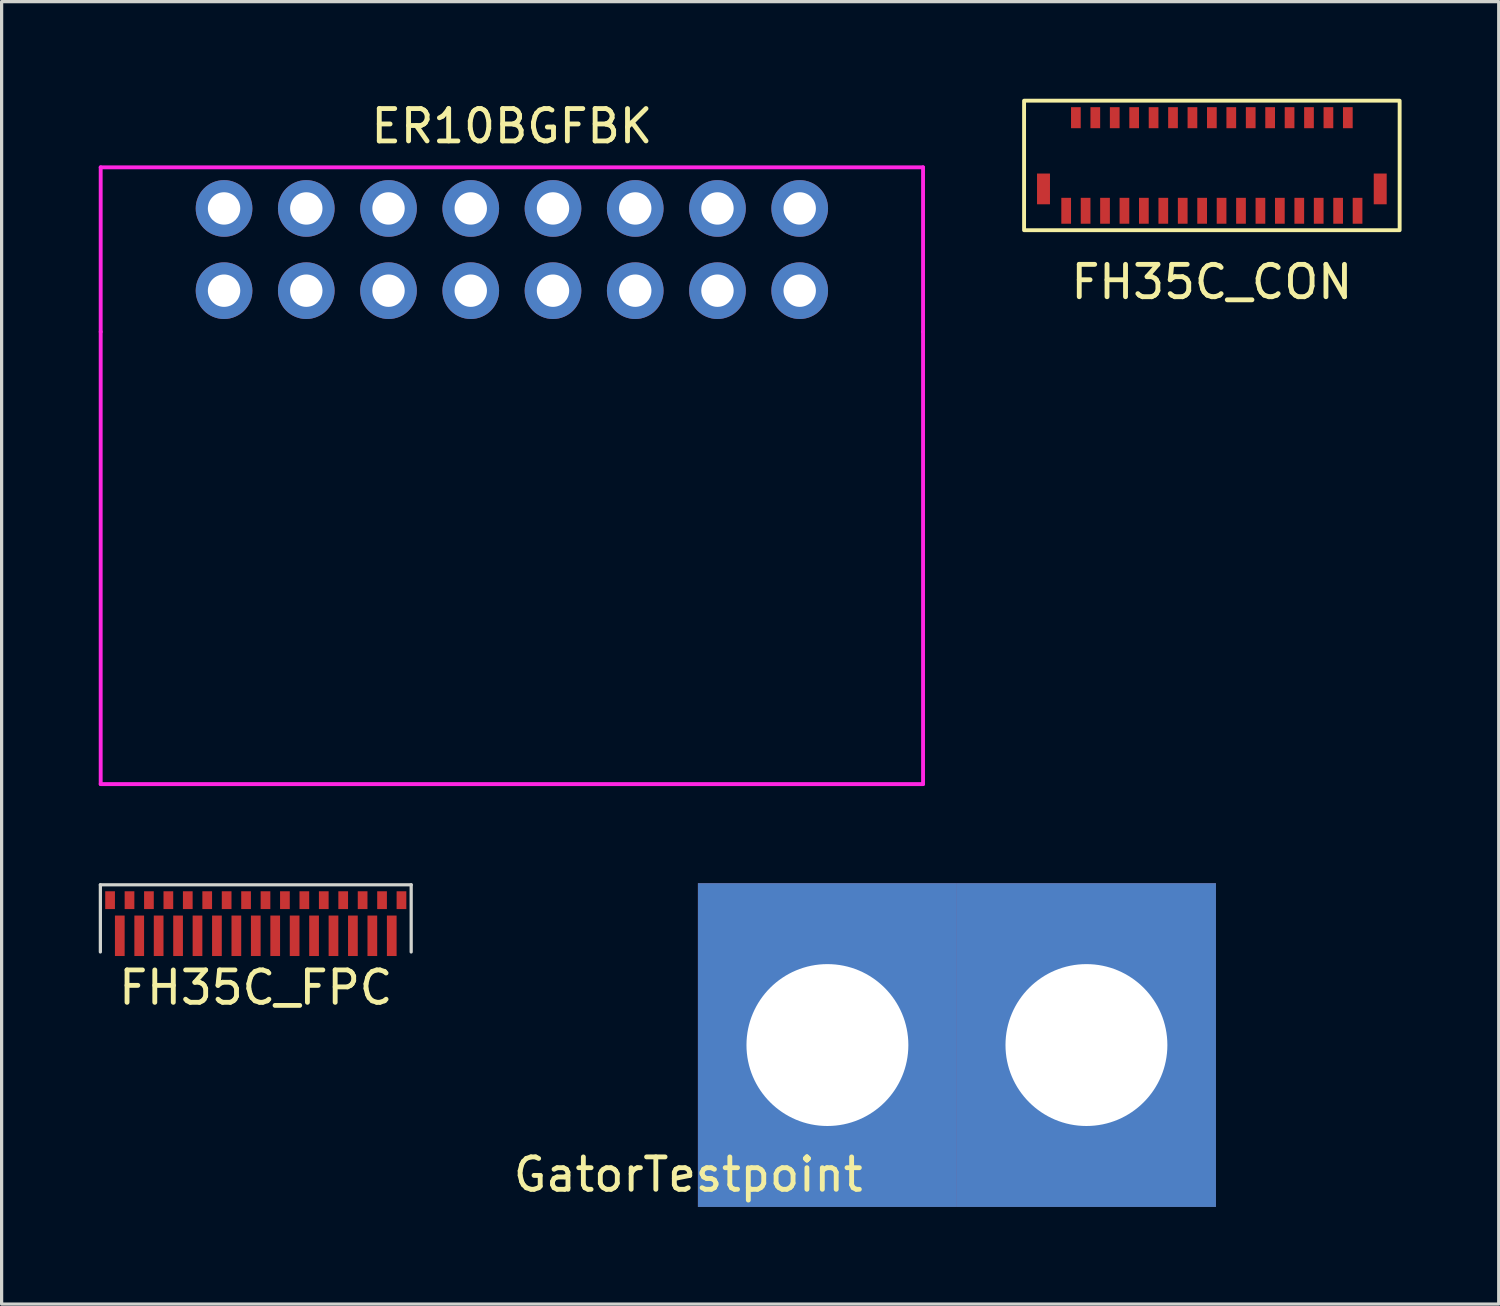
<source format=kicad_pcb>
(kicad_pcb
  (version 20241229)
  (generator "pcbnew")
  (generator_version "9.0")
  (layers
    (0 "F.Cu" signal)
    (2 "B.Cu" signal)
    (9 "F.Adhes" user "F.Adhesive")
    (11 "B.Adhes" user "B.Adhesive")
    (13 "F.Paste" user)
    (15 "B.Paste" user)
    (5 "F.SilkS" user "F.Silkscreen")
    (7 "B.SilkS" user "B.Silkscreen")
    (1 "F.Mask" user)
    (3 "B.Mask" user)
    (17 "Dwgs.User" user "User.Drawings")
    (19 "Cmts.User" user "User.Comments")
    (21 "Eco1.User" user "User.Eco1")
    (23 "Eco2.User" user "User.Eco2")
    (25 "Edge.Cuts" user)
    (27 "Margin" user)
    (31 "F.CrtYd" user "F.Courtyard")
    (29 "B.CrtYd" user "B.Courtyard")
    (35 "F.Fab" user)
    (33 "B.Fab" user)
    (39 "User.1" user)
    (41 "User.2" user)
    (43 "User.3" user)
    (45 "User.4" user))
  (footprint "FH35C_CON"
    (layer "F.Cu")
    (at 34.38 3.46)
    (property "Reference" "FH35C_CON" (at 0 2.2 0) (unlocked yes) (layer "F.SilkS") (effects (font (size 1 1) (thickness 0.15))))
    (attr smd)
    (fp_rect (start -5.8 0.6) (end 5.8 -3.4) (stroke (width 0.12) (type solid)) (fill no) (layer "F.SilkS"))
    (pad "1" smd rect (at -4.5 0) (size 0.3 0.8) (layers "F.Cu" "F.Mask" "F.Paste"))
    (pad "2" smd rect (at -4.2 -2.875) (size 0.3 0.65) (layers "F.Cu" "F.Mask" "F.Paste"))
    (pad "3" smd rect (at -3.9 0) (size 0.3 0.8) (layers "F.Cu" "F.Mask" "F.Paste"))
    (pad "4" smd rect (at -3.6 -2.875) (size 0.3 0.65) (layers "F.Cu" "F.Mask" "F.Paste"))
    (pad "5" smd rect (at -3.3 0) (size 0.3 0.8) (layers "F.Cu" "F.Mask" "F.Paste"))
    (pad "6" smd rect (at -3 -2.875) (size 0.3 0.65) (layers "F.Cu" "F.Mask" "F.Paste"))
    (pad "7" smd rect (at -2.7 0) (size 0.3 0.8) (layers "F.Cu" "F.Mask" "F.Paste"))
    (pad "8" smd rect (at -2.4 -2.875) (size 0.3 0.65) (layers "F.Cu" "F.Mask" "F.Paste"))
    (pad "9" smd rect (at -2.1 0) (size 0.3 0.8) (layers "F.Cu" "F.Mask" "F.Paste"))
    (pad "10" smd rect (at -1.8 -2.875) (size 0.3 0.65) (layers "F.Cu" "F.Mask" "F.Paste"))
    (pad "11" smd rect (at -1.5 0) (size 0.3 0.8) (layers "F.Cu" "F.Mask" "F.Paste"))
    (pad "12" smd rect (at -1.2 -2.875) (size 0.3 0.65) (layers "F.Cu" "F.Mask" "F.Paste"))
    (pad "13" smd rect (at -0.9 0) (size 0.3 0.8) (layers "F.Cu" "F.Mask" "F.Paste"))
    (pad "14" smd rect (at -0.6 -2.875) (size 0.3 0.65) (layers "F.Cu" "F.Mask" "F.Paste"))
    (pad "15" smd rect (at -0.3 0) (size 0.3 0.8) (layers "F.Cu" "F.Mask" "F.Paste"))
    (pad "16" smd rect (at 0 -2.875) (size 0.3 0.65) (layers "F.Cu" "F.Mask" "F.Paste"))
    (pad "17" smd rect (at 0.3 0) (size 0.3 0.8) (layers "F.Cu" "F.Mask" "F.Paste"))
    (pad "18" smd rect (at 0.6 -2.875) (size 0.3 0.65) (layers "F.Cu" "F.Mask" "F.Paste"))
    (pad "19" smd rect (at 0.9 0) (size 0.3 0.8) (layers "F.Cu" "F.Mask" "F.Paste"))
    (pad "20" smd rect (at 1.2 -2.875) (size 0.3 0.65) (layers "F.Cu" "F.Mask" "F.Paste"))
    (pad "21" smd rect (at 1.5 0) (size 0.3 0.8) (layers "F.Cu" "F.Mask" "F.Paste"))
    (pad "22" smd rect (at 1.8 -2.875) (size 0.3 0.65) (layers "F.Cu" "F.Mask" "F.Paste"))
    (pad "23" smd rect (at 2.1 0) (size 0.3 0.8) (layers "F.Cu" "F.Mask" "F.Paste"))
    (pad "24" smd rect (at 2.4 -2.875) (size 0.3 0.65) (layers "F.Cu" "F.Mask" "F.Paste"))
    (pad "25" smd rect (at 2.7 0) (size 0.3 0.8) (layers "F.Cu" "F.Mask" "F.Paste"))
    (pad "26" smd rect (at 3 -2.875) (size 0.3 0.65) (layers "F.Cu" "F.Mask" "F.Paste"))
    (pad "27" smd rect (at 3.3 0) (size 0.3 0.8) (layers "F.Cu" "F.Mask" "F.Paste"))
    (pad "28" smd rect (at 3.6 -2.875) (size 0.3 0.65) (layers "F.Cu" "F.Mask" "F.Paste"))
    (pad "29" smd rect (at 3.9 0) (size 0.3 0.8) (layers "F.Cu" "F.Mask" "F.Paste"))
    (pad "30" smd rect (at 4.2 -2.875) (size 0.3 0.65) (layers "F.Cu" "F.Mask" "F.Paste"))
    (pad "31" smd rect (at 4.5 0) (size 0.3 0.8) (layers "F.Cu" "F.Mask" "F.Paste"))
    (pad "32" smd rect (at 5.2 -0.675) (size 0.4 0.95) (layers "F.Cu" "F.Mask" "F.Paste"))
    (pad "33" smd rect (at -5.2 -0.675) (size 0.4 0.95) (layers "F.Cu" "F.Mask" "F.Paste")))
  (footprint "GatorTestpoint"
    (layer "F.Cu")
    (at 18.006 27.928)
    (property "Reference" "GatorTestpoint" (at 0.2 5.3 0) (layer "F.SilkS") (effects (font (size 1 1) (thickness 0.15))))
    (attr through_hole)
    (pad "1" thru_hole rect (at 4.5 1.3) (size 8 10) (drill 5) (layers "*.Cu" "*.Mask"))
    (pad "1" thru_hole rect (at 12.5 1.3) (size 8 10) (drill 5) (layers "*.Cu" "*.Mask")))
  (footprint "ER10BGFBK"
    (layer "F.Cu")
    (at 12.76 4.658)
    (property "Reference" "ER10BGFBK" (at 0 -3.81 0) (unlocked yes) (layer "F.SilkS") (effects (font (size 1 1) (thickness 0.15))))
    (attr through_hole)
    (fp_line (start -12.7 -2.54) (end 12.7 -2.54) (stroke (width 0.12) (type solid)) (layer "F.CrtYd"))
    (fp_line (start -12.7 2.54) (end -12.7 -2.54) (stroke (width 0.12) (type solid)) (layer "F.CrtYd"))
    (fp_line (start -12.7 16.51) (end -12.7 2.54) (stroke (width 0.12) (type solid)) (layer "F.CrtYd"))
    (fp_line (start -12.7 16.51) (end 12.7 16.51) (stroke (width 0.12) (type solid)) (layer "F.CrtYd"))
    (fp_line (start 12.7 -2.54) (end 12.7 2.54) (stroke (width 0.12) (type solid)) (layer "F.CrtYd"))
    (fp_line (start 12.7 2.54) (end 12.7 16.51) (stroke (width 0.12) (type solid)) (layer "F.CrtYd"))
    (pad "1" thru_hole circle (at 8.89 -1.27) (size 1.75 1.75) (drill 1) (layers "*.Cu" "*.Mask"))
    (pad "2" thru_hole circle (at 8.89 1.27) (size 1.75 1.75) (drill 1) (layers "*.Cu" "*.Mask"))
    (pad "3" thru_hole circle (at 6.35 -1.27) (size 1.75 1.75) (drill 1) (layers "*.Cu" "*.Mask"))
    (pad "4" thru_hole circle (at 6.35 1.27) (size 1.75 1.75) (drill 1) (layers "*.Cu" "*.Mask"))
    (pad "5" thru_hole circle (at 3.81 -1.27) (size 1.75 1.75) (drill 1) (layers "*.Cu" "*.Mask"))
    (pad "6" thru_hole circle (at 3.81 1.27) (size 1.75 1.75) (drill 1) (layers "*.Cu" "*.Mask"))
    (pad "7" thru_hole circle (at 1.27 -1.27) (size 1.75 1.75) (drill 1) (layers "*.Cu" "*.Mask"))
    (pad "8" thru_hole circle (at 1.27 1.27) (size 1.75 1.75) (drill 1) (layers "*.Cu" "*.Mask"))
    (pad "9" thru_hole circle (at -1.27 -1.27) (size 1.75 1.75) (drill 1) (layers "*.Cu" "*.Mask"))
    (pad "10" thru_hole circle (at -1.27 1.27) (size 1.75 1.75) (drill 1) (layers "*.Cu" "*.Mask"))
    (pad "11" thru_hole circle (at -3.81 -1.27) (size 1.75 1.75) (drill 1) (layers "*.Cu" "*.Mask"))
    (pad "12" thru_hole circle (at -3.81 1.27) (size 1.75 1.75) (drill 1) (layers "*.Cu" "*.Mask"))
    (pad "13" thru_hole circle (at -6.35 -1.27) (size 1.75 1.75) (drill 1) (layers "*.Cu" "*.Mask"))
    (pad "14" thru_hole circle (at -6.35 1.27) (size 1.75 1.75) (drill 1) (layers "*.Cu" "*.Mask"))
    (pad "15" thru_hole circle (at -8.89 -1.27) (size 1.75 1.75) (drill 1) (layers "*.Cu" "*.Mask"))
    (pad "16" thru_hole circle (at -8.89 1.27) (size 1.75 1.75) (drill 1) (layers "*.Cu" "*.Mask")))
  (footprint "FH35C_FPC"
    (layer "F.Cu")
    (at 4.85 25.753)
    (property "Reference" "FH35C_FPC" (at 0 1.7 0) (unlocked yes) (layer "F.SilkS") (effects (font (size 1 1) (thickness 0.15))))
    (attr smd)
    (fp_line (start -4.8 -1.475) (end 4.8 -1.475) (stroke (width 0.1) (type solid)) (layer "Edge.Cuts"))
    (fp_line (start -4.8 0.6) (end -4.8 -1.475) (stroke (width 0.1) (type solid)) (layer "Edge.Cuts"))
    (fp_line (start 4.8 0.6) (end 4.8 -1.475) (stroke (width 0.1) (type solid)) (layer "Edge.Cuts"))
    (pad "1" smd rect (at -4.5 -1) (size 0.3 0.55) (layers "F.Cu" "F.Mask" "F.Paste"))
    (pad "2" smd rect (at -4.2 0.1) (size 0.3 1.25) (layers "F.Cu" "F.Mask" "F.Paste"))
    (pad "3" smd rect (at -3.9 -1) (size 0.3 0.55) (layers "F.Cu" "F.Mask" "F.Paste"))
    (pad "4" smd rect (at -3.6 0.1) (size 0.3 1.25) (layers "F.Cu" "F.Mask" "F.Paste"))
    (pad "5" smd rect (at -3.3 -1) (size 0.3 0.55) (layers "F.Cu" "F.Mask" "F.Paste"))
    (pad "6" smd rect (at -3 0.1) (size 0.3 1.25) (layers "F.Cu" "F.Mask" "F.Paste"))
    (pad "7" smd rect (at -2.7 -1) (size 0.3 0.55) (layers "F.Cu" "F.Mask" "F.Paste"))
    (pad "8" smd rect (at -2.4 0.1) (size 0.3 1.25) (layers "F.Cu" "F.Mask" "F.Paste"))
    (pad "9" smd rect (at -2.1 -1) (size 0.3 0.55) (layers "F.Cu" "F.Mask" "F.Paste"))
    (pad "10" smd rect (at -1.8 0.1) (size 0.3 1.25) (layers "F.Cu" "F.Mask" "F.Paste"))
    (pad "11" smd rect (at -1.5 -1) (size 0.3 0.55) (layers "F.Cu" "F.Mask" "F.Paste"))
    (pad "12" smd rect (at -1.2 0.1) (size 0.3 1.25) (layers "F.Cu" "F.Mask" "F.Paste"))
    (pad "13" smd rect (at -0.9 -1) (size 0.3 0.55) (layers "F.Cu" "F.Mask" "F.Paste"))
    (pad "14" smd rect (at -0.6 0.1) (size 0.3 1.25) (layers "F.Cu" "F.Mask" "F.Paste"))
    (pad "15" smd rect (at -0.3 -1) (size 0.3 0.55) (layers "F.Cu" "F.Mask" "F.Paste"))
    (pad "16" smd rect (at 0 0.1) (size 0.3 1.25) (layers "F.Cu" "F.Mask" "F.Paste"))
    (pad "17" smd rect (at 0.3 -1) (size 0.3 0.55) (layers "F.Cu" "F.Mask" "F.Paste"))
    (pad "18" smd rect (at 0.6 0.1) (size 0.3 1.25) (layers "F.Cu" "F.Mask" "F.Paste"))
    (pad "19" smd rect (at 0.9 -1) (size 0.3 0.55) (layers "F.Cu" "F.Mask" "F.Paste"))
    (pad "20" smd rect (at 1.2 0.1) (size 0.3 1.25) (layers "F.Cu" "F.Mask" "F.Paste"))
    (pad "21" smd rect (at 1.5 -1) (size 0.3 0.55) (layers "F.Cu" "F.Mask" "F.Paste"))
    (pad "22" smd rect (at 1.8 0.1) (size 0.3 1.25) (layers "F.Cu" "F.Mask" "F.Paste"))
    (pad "23" smd rect (at 2.1 -1) (size 0.3 0.55) (layers "F.Cu" "F.Mask" "F.Paste"))
    (pad "24" smd rect (at 2.4 0.1) (size 0.3 1.25) (layers "F.Cu" "F.Mask" "F.Paste"))
    (pad "25" smd rect (at 2.7 -1) (size 0.3 0.55) (layers "F.Cu" "F.Mask" "F.Paste"))
    (pad "26" smd rect (at 3 0.1) (size 0.3 1.25) (layers "F.Cu" "F.Mask" "F.Paste"))
    (pad "27" smd rect (at 3.3 -1) (size 0.3 0.55) (layers "F.Cu" "F.Mask" "F.Paste"))
    (pad "28" smd rect (at 3.6 0.1) (size 0.3 1.25) (layers "F.Cu" "F.Mask" "F.Paste"))
    (pad "29" smd rect (at 3.9 -1) (size 0.3 0.55) (layers "F.Cu" "F.Mask" "F.Paste"))
    (pad "30" smd rect (at 4.2 0.1) (size 0.3 1.25) (layers "F.Cu" "F.Mask" "F.Paste"))
    (pad "31" smd rect (at 4.5 -1) (size 0.3 0.55) (layers "F.Cu" "F.Mask" "F.Paste")))
  (gr_rect
    (start -3 -3)
    (end 43.24 37.228)
    (stroke (width 0.1) (type default))
    (fill no)
    (layer "Edge.Cuts")))
</source>
